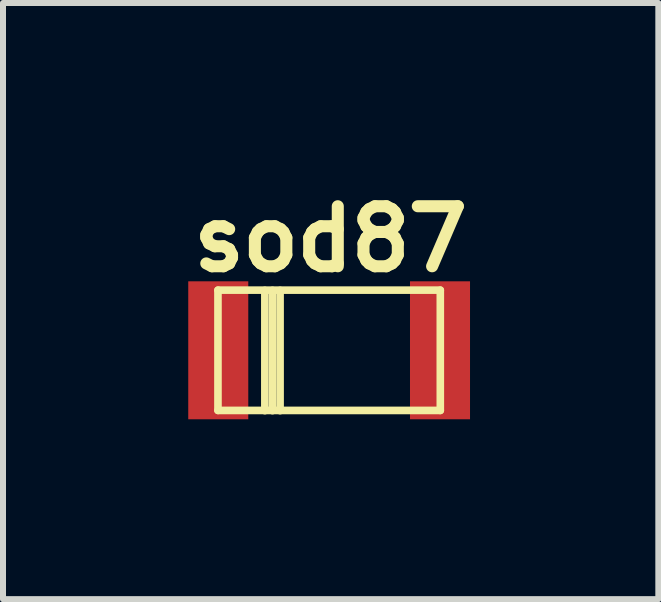
<source format=kicad_pcb>
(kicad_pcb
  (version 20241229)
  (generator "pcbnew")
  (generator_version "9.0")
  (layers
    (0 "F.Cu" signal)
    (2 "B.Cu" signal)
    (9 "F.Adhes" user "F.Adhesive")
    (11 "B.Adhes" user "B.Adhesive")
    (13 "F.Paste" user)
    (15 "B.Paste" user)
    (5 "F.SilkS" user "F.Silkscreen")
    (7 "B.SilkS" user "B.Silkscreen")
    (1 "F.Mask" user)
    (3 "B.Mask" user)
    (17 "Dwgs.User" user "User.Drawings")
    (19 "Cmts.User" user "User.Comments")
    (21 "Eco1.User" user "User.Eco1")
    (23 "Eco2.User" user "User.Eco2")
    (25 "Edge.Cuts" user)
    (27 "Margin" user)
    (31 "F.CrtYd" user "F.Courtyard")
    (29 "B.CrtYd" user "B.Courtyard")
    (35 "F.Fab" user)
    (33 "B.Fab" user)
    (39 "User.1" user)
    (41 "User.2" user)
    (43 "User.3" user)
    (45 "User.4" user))
  (footprint "sod87"
    (layer "F.Cu")
    (at 2.439 2.792)
    (property "Reference" "sod87" (at 0.025 -1.854 0) (layer "F.SilkS") (effects (font (size 1.001 1.001) (thickness 0.201))))
    (attr through_hole)
    (fp_line (start -1.854 -1.003) (end 1.854 -1.003) (stroke (width 0.127) (type solid)) (layer "F.SilkS"))
    (fp_line (start -1.854 1.003) (end -1.854 -1.003) (stroke (width 0.127) (type solid)) (layer "F.SilkS"))
    (fp_line (start -1.072 1.007) (end -1.072 -1) (stroke (width 0.127) (type solid)) (layer "F.SilkS"))
    (fp_line (start -0.945 -1) (end -0.945 1.007) (stroke (width 0.127) (type solid)) (layer "F.SilkS"))
    (fp_line (start -0.818 -1) (end -0.818 1.007) (stroke (width 0.127) (type solid)) (layer "F.SilkS"))
    (fp_line (start 1.854 -1.003) (end 1.854 1.003) (stroke (width 0.127) (type solid)) (layer "F.SilkS"))
    (fp_line (start 1.854 1.003) (end -1.854 1.003) (stroke (width 0.127) (type solid)) (layer "F.SilkS"))
    (pad "1" smd rect (at -1.849 0) (size 1.001 2.301) (layers "F.Cu" "F.Mask" "F.Paste"))
    (pad "2" smd rect (at 1.849 0) (size 1.001 2.301) (layers "F.Cu" "F.Mask" "F.Paste")))
  (gr_rect
    (start -3 -3)
    (end 7.929 6.942)
    (stroke (width 0.1) (type default))
    (fill no)
    (layer "Edge.Cuts")))
</source>
